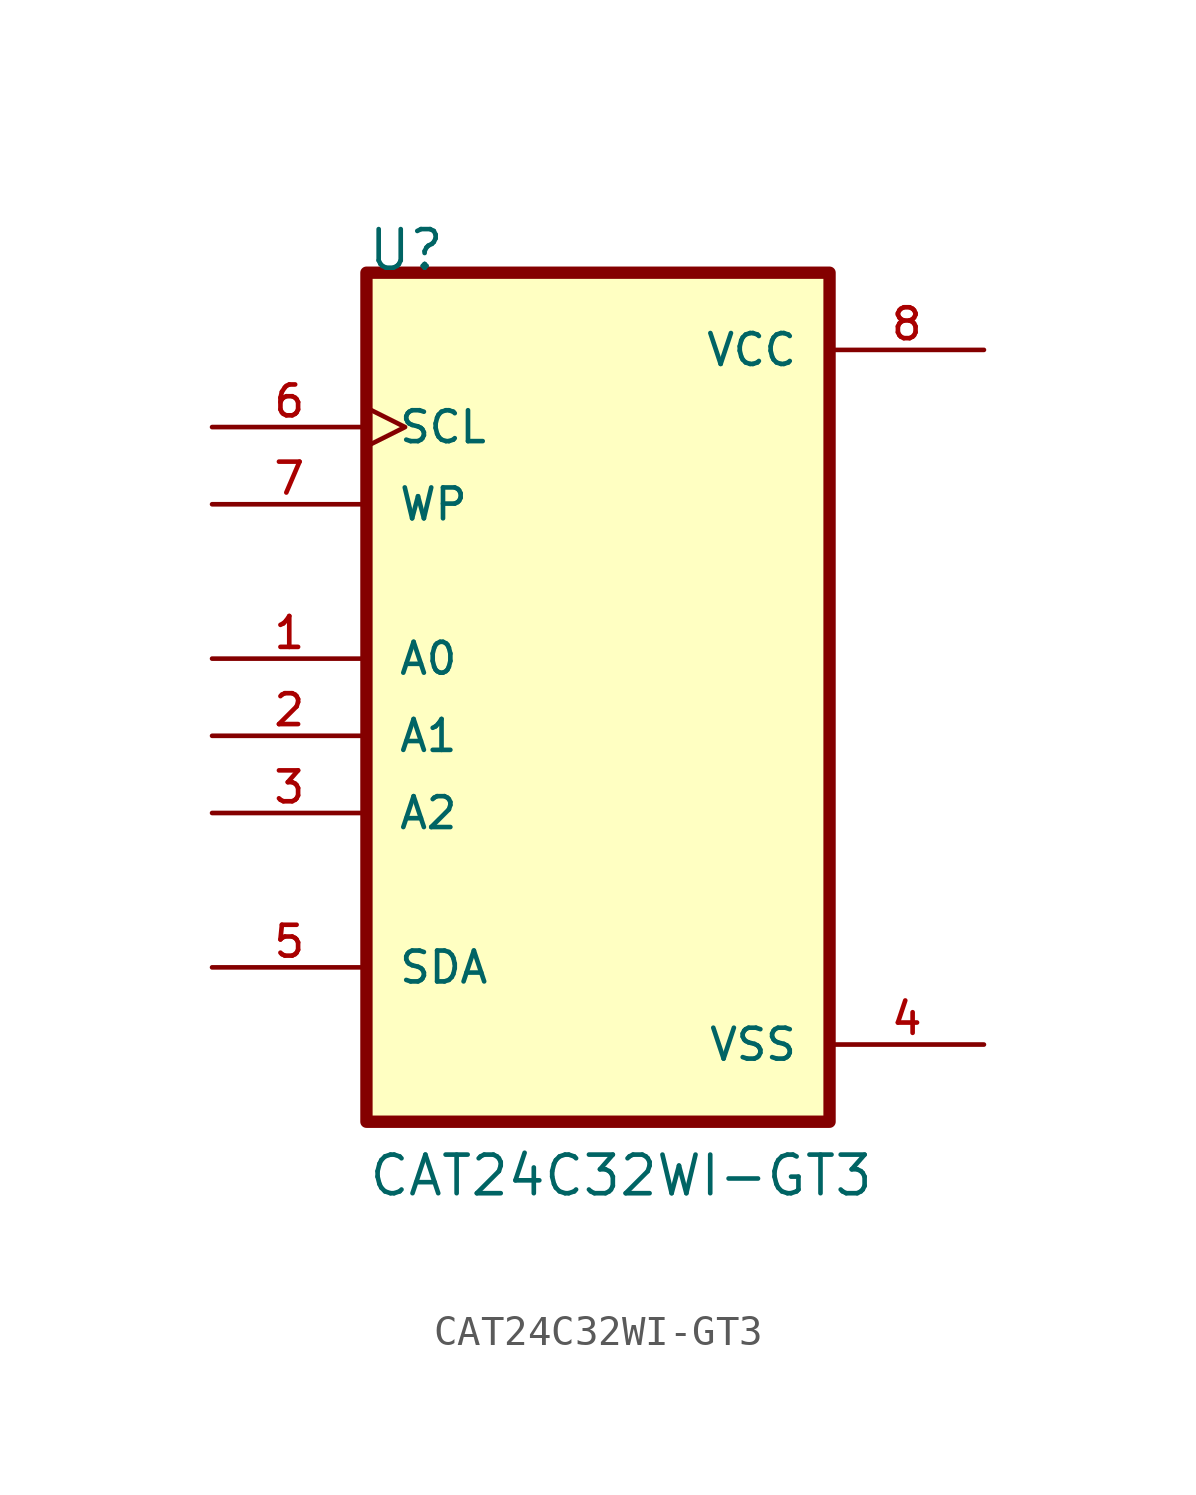
<source format=kicad_sym>
(kicad_symbol_lib
  (version 20211014)
  (generator kicad_symbol_editor)
  (symbol "CAT24C32WI-GT3"
    (pin_names
      (offset 1.016))
    (property "Reference" "U"
      (at -7.62 12.701 0)
      (effects (font (size 1.27 1.27)) (justify bottom left)))
    (property "Value" "CAT24C32WI-GT3"
      (at -7.595 -17.755 0.0)
      (effects (font (size 1.27 1.27)) (justify bottom left)))
    (symbol "CAT24C32WI-GT3_0_0"
      (rectangle (start -7.62 -15.24) (end 7.62 12.7) (stroke (width 0.406)) (fill (type background)))
      (pin power_in line (at 12.7 10.16 180.0) (length 5.08) (name "VCC" (effects (font (size 1.016 1.016)))) (number "8" (effects (font (size 1.016 1.016)))))
      (pin input line (at -12.7 0.0 0) (length 5.08) (name "A0" (effects (font (size 1.016 1.016)))) (number "1" (effects (font (size 1.016 1.016)))))
      (pin input line (at -12.7 -2.54 0) (length 5.08) (name "A1" (effects (font (size 1.016 1.016)))) (number "2" (effects (font (size 1.016 1.016)))))
      (pin input line (at -12.7 -5.08 0) (length 5.08) (name "A2" (effects (font (size 1.016 1.016)))) (number "3" (effects (font (size 1.016 1.016)))))
      (pin input clock (at -12.7 7.62 0) (length 5.08) (name "SCL" (effects (font (size 1.016 1.016)))) (number "6" (effects (font (size 1.016 1.016)))))
      (pin input line (at -12.7 5.08 0) (length 5.08) (name "WP" (effects (font (size 1.016 1.016)))) (number "7" (effects (font (size 1.016 1.016)))))
      (pin passive line (at 12.7 -12.7 180.0) (length 5.08) (name "VSS" (effects (font (size 1.016 1.016)))) (number "4" (effects (font (size 1.016 1.016)))))
      (pin bidirectional line (at -12.7 -10.16 0) (length 5.08) (name "SDA" (effects (font (size 1.016 1.016)))) (number "5" (effects (font (size 1.016 1.016))))))))
</source>
